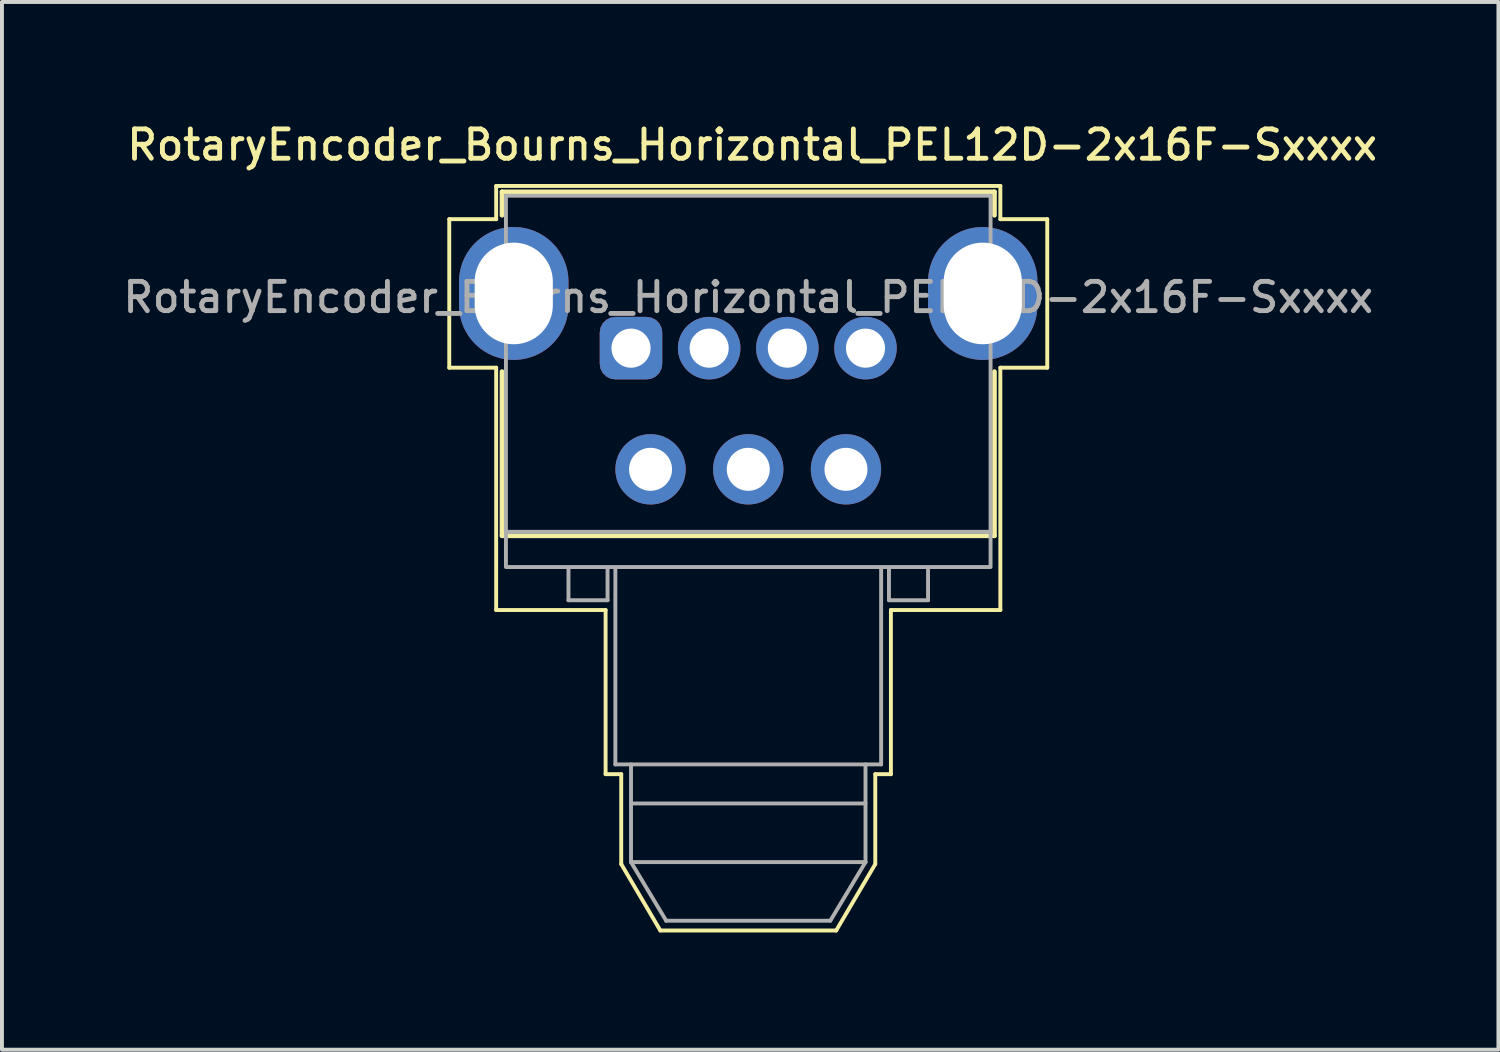
<source format=kicad_pcb>
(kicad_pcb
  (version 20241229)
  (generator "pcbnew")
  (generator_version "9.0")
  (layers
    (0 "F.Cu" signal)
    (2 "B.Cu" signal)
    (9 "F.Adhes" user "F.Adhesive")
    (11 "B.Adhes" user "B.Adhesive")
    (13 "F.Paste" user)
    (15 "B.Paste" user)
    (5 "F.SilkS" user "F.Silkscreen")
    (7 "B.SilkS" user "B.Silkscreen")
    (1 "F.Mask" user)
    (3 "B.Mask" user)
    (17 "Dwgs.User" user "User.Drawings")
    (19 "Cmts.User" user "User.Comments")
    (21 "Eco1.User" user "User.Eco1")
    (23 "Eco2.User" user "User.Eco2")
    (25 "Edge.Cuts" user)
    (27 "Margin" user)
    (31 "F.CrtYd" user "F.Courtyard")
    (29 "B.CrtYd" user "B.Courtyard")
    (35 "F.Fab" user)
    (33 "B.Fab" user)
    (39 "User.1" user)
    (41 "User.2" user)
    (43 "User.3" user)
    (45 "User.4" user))
  (footprint "RotaryEncoder_Bourns_Horizontal_PEL12D-2x16F-Sxxxx"
    (layer "F.Cu")
    (at 13.095 5.858)
    (property "Reference" "RotaryEncoder_Bourns_Horizontal_PEL12D-2x16F-Sxxxx" (at 3.1 -5.2 0) (layer "F.SilkS") (effects (font (size 0.75 0.75) (thickness 0.125))))
    (attr through_hole)
    (fp_line (start -4.65 -3.3) (end -4.65 0.5) (stroke (width 0.1) (type default)) (layer "F.SilkS"))
    (fp_line (start -4.65 0.5) (end -3.45 0.5) (stroke (width 0.1) (type default)) (layer "F.SilkS"))
    (fp_line (start -3.45 -4.15) (end -3.45 -3.3) (stroke (width 0.1) (type default)) (layer "F.SilkS"))
    (fp_line (start -3.45 -3.3) (end -4.65 -3.3) (stroke (width 0.1) (type default)) (layer "F.SilkS"))
    (fp_line (start -3.45 0.5) (end -3.45 6.7) (stroke (width 0.1) (type default)) (layer "F.SilkS"))
    (fp_line (start -3.3 -4) (end -3.3 -3.4) (stroke (width 0.12) (type default)) (layer "F.SilkS"))
    (fp_line (start -3.3 0.6) (end -3.3 4.8) (stroke (width 0.12) (type default)) (layer "F.SilkS"))
    (fp_line (start -3.3 4.8) (end 9.3 4.8) (stroke (width 0.12) (type default)) (layer "F.SilkS"))
    (fp_line (start -0.65 6.7) (end -3.45 6.7) (stroke (width 0.1) (type default)) (layer "F.SilkS"))
    (fp_line (start -0.65 10.9) (end -0.65 6.7) (stroke (width 0.1) (type default)) (layer "F.SilkS"))
    (fp_line (start -0.65 10.9) (end -0.25 10.9) (stroke (width 0.1) (type default)) (layer "F.SilkS"))
    (fp_line (start -0.25 10.9) (end -0.25 13.2) (stroke (width 0.1) (type default)) (layer "F.SilkS"))
    (fp_line (start -0.25 13.2) (end 0.75 14.9) (stroke (width 0.1) (type default)) (layer "F.SilkS"))
    (fp_line (start 0.75 14.9) (end 5.25 14.9) (stroke (width 0.1) (type default)) (layer "F.SilkS"))
    (fp_line (start 6.25 10.9) (end 6.65 10.9) (stroke (width 0.1) (type default)) (layer "F.SilkS"))
    (fp_line (start 6.25 13.2) (end 5.25 14.9) (stroke (width 0.1) (type default)) (layer "F.SilkS"))
    (fp_line (start 6.25 13.2) (end 6.25 10.9) (stroke (width 0.1) (type default)) (layer "F.SilkS"))
    (fp_line (start 6.65 6.7) (end 9.45 6.7) (stroke (width 0.1) (type default)) (layer "F.SilkS"))
    (fp_line (start 6.65 10.9) (end 6.65 6.7) (stroke (width 0.1) (type default)) (layer "F.SilkS"))
    (fp_line (start 9.3 -4) (end -3.3 -4) (stroke (width 0.12) (type default)) (layer "F.SilkS"))
    (fp_line (start 9.3 -3.4) (end 9.3 -4) (stroke (width 0.12) (type default)) (layer "F.SilkS"))
    (fp_line (start 9.3 4.8) (end 9.3 0.6) (stroke (width 0.12) (type default)) (layer "F.SilkS"))
    (fp_line (start 9.45 -4.15) (end -3.45 -4.15) (stroke (width 0.1) (type default)) (layer "F.SilkS"))
    (fp_line (start 9.45 -3.3) (end 9.45 -4.15) (stroke (width 0.1) (type default)) (layer "F.SilkS"))
    (fp_line (start 9.45 0.5) (end 10.65 0.5) (stroke (width 0.1) (type default)) (layer "F.SilkS"))
    (fp_line (start 9.45 6.7) (end 9.45 0.5) (stroke (width 0.1) (type default)) (layer "F.SilkS"))
    (fp_line (start 10.65 -3.3) (end 9.45 -3.3) (stroke (width 0.1) (type default)) (layer "F.SilkS"))
    (fp_line (start 10.65 0.5) (end 10.65 -3.3) (stroke (width 0.1) (type default)) (layer "F.SilkS"))
    (fp_line (start -1.6 5.65) (end -1.6 6.45) (stroke (width 0.1) (type default)) (layer "F.Fab"))
    (fp_line (start -1.6 6.45) (end -0.6 6.45) (stroke (width 0.1) (type default)) (layer "F.Fab"))
    (fp_line (start -0.6 6.45) (end -0.6 5.65) (stroke (width 0.1) (type default)) (layer "F.Fab"))
    (fp_line (start -0.4 10.65) (end -0.4 5.65) (stroke (width 0.1) (type default)) (layer "F.Fab"))
    (fp_line (start 0 13.15) (end 0 10.65) (stroke (width 0.1) (type default)) (layer "F.Fab"))
    (fp_line (start 0 13.15) (end 0.9 14.65) (stroke (width 0.1) (type default)) (layer "F.Fab"))
    (fp_line (start 0.9 14.65) (end 5.1 14.65) (stroke (width 0.1) (type default)) (layer "F.Fab"))
    (fp_line (start 6 10.65) (end 6 13.15) (stroke (width 0.1) (type default)) (layer "F.Fab"))
    (fp_line (start 6 11.65) (end 0 11.65) (stroke (width 0.1) (type default)) (layer "F.Fab"))
    (fp_line (start 6 13.15) (end 0 13.15) (stroke (width 0.1) (type default)) (layer "F.Fab"))
    (fp_line (start 6 13.15) (end 5.1 14.65) (stroke (width 0.1) (type default)) (layer "F.Fab"))
    (fp_line (start 6.4 5.65) (end 6.4 10.65) (stroke (width 0.1) (type default)) (layer "F.Fab"))
    (fp_line (start 6.4 10.65) (end -0.4 10.65) (stroke (width 0.1) (type default)) (layer "F.Fab"))
    (fp_line (start 6.6 6.45) (end 6.6 5.65) (stroke (width 0.1) (type default)) (layer "F.Fab"))
    (fp_line (start 7.6 5.65) (end 7.6 6.45) (stroke (width 0.1) (type default)) (layer "F.Fab"))
    (fp_line (start 7.6 6.45) (end 6.6 6.45) (stroke (width 0.1) (type default)) (layer "F.Fab"))
    (fp_line (start 9.2 4.7) (end -3.2 4.7) (stroke (width 0.1) (type default)) (layer "F.Fab"))
    (fp_rect (start -3.2 -3.9) (end 9.2 5.6) (stroke (width 0.1) (type default)) (fill no) (layer "F.Fab"))
    (fp_text user "${REFERENCE}" (at 3 -1.3 0) (layer "F.Fab") (effects (font (size 0.75 0.75) (thickness 0.125))))
    (pad "1" thru_hole roundrect (at 0 0 270) (size 1.6 1.6) (drill 1) (layers "*.Cu" "*.Mask") (roundrect_rratio 0.25))
    (pad "2" thru_hole circle (at 2 0 270) (size 1.6 1.6) (drill 1) (layers "*.Cu" "*.Mask"))
    (pad "3" thru_hole circle (at 4 0 270) (size 1.6 1.6) (drill 1) (layers "*.Cu" "*.Mask"))
    (pad "4" thru_hole circle (at 6 0 270) (size 1.6 1.6) (drill 1) (layers "*.Cu" "*.Mask"))
    (pad "A" thru_hole circle (at 0.5 3.1 270) (size 1.8 1.8) (drill 1.1) (layers "*.Cu" "*.Mask"))
    (pad "B" thru_hole circle (at 3 3.1 270) (size 1.8 1.8) (drill 1.1) (layers "*.Cu" "*.Mask"))
    (pad "C" thru_hole circle (at 5.5 3.1 270) (size 1.8 1.8) (drill 1.1) (layers "*.Cu" "*.Mask"))
    (pad "SH" thru_hole oval (at -3 -1.4 270) (size 3.4 2.8) (drill oval 2.6 2) (layers "*.Cu" "*.Mask"))
    (pad "SH" thru_hole oval (at 9 -1.4 270) (size 3.4 2.8) (drill oval 2.6 2) (layers "*.Cu" "*.Mask"))
    (zone (net_name "") (layer "F.Cu") (hatch edge 0.5) (connect_pads) (min_thickness 0.25) (filled_areas_thickness no) (keepout (tracks not_allowed) (vias not_allowed) (pads not_allowed) (copperpour allowed) (footprints allowed)) (placement (enabled no)) (fill) (polygon (pts (xy 10.395 2.658) (xy 10.395 1.758) (xy 9.695 1.758) (xy 9.695 2.658))))
    (zone (net_name "") (layer "F.Cu") (hatch edge 0.5) (connect_pads) (min_thickness 0.25) (filled_areas_thickness no) (keepout (tracks not_allowed) (vias not_allowed) (pads not_allowed) (copperpour allowed) (footprints allowed)) (placement (enabled no)) (fill) (polygon (pts (xy 22.495 2.658) (xy 22.495 1.758) (xy 21.795 1.758) (xy 21.795 2.658))))
    (zone (net_name "") (layers "F.Cu" "F.Fab") (hatch edge 0.5) (connect_pads) (min_thickness 0.25) (filled_areas_thickness no) (keepout (tracks not_allowed) (vias not_allowed) (pads not_allowed) (copperpour allowed) (footprints allowed)) (placement (enabled no)) (fill) (polygon (pts (xy 10.395 10.758) (xy 10.395 9.458) (xy 9.645 9.458) (xy 9.645 10.758))))
    (zone (net_name "") (layers "F.Cu" "F.Fab") (hatch edge 0.5) (connect_pads) (min_thickness 0.25) (filled_areas_thickness no) (keepout (tracks not_allowed) (vias not_allowed) (pads not_allowed) (copperpour allowed) (footprints allowed)) (placement (enabled no)) (fill) (polygon (pts (xy 22.545 10.758) (xy 22.545 9.458) (xy 21.795 9.458) (xy 21.795 10.758)))))
  (gr_rect
    (start -3 -3)
    (end 35.289 23.808)
    (stroke (width 0.1) (type default))
    (fill no)
    (layer "Edge.Cuts")))
</source>
